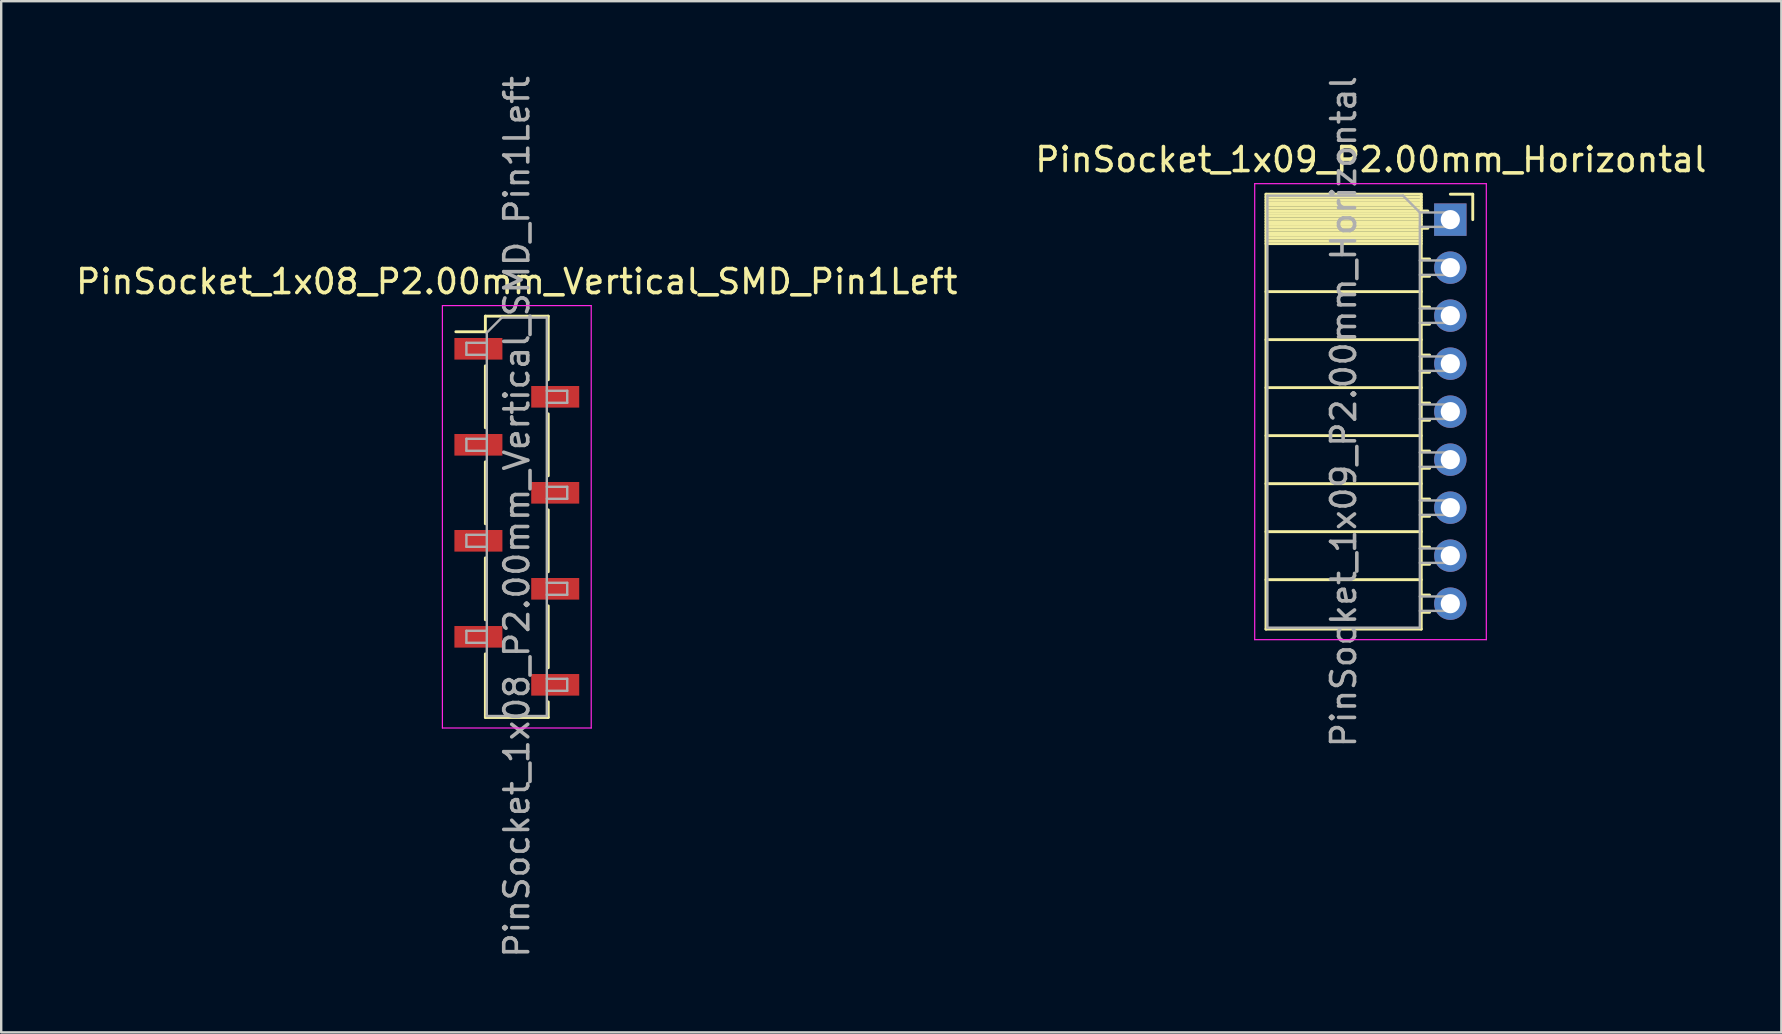
<source format=kicad_pcb>
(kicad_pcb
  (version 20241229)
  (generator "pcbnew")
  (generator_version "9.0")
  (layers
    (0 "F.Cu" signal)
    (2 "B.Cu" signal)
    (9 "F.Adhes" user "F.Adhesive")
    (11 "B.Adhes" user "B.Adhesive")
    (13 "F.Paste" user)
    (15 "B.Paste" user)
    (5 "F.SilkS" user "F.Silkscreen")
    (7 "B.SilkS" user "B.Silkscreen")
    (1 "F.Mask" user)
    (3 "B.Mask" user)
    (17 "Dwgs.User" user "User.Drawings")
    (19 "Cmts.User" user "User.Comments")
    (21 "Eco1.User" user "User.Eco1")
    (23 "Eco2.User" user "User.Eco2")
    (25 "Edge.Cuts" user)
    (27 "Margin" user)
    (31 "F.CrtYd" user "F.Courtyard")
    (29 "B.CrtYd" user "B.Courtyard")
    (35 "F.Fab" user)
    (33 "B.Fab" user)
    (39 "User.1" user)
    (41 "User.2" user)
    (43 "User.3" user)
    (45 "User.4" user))
  (footprint "PinSocket_1x09_P2.00mm_Horizontal"
    (layer "F.Cu")
    (at 57.375 6.101)
    (property "Reference" "PinSocket_1x09_P2.00mm_Horizontal" (at -3.31 -2.5 0) (layer "F.SilkS") (effects (font (size 1 1) (thickness 0.15))))
    (attr through_hole)
    (fp_line (start -7.68 -1.06) (end -7.68 17.06) (stroke (width 0.12) (type solid)) (layer "F.SilkS"))
    (fp_line (start -7.68 -1.06) (end -1.21 -1.06) (stroke (width 0.12) (type solid)) (layer "F.SilkS"))
    (fp_line (start -7.68 -0.94) (end -1.21 -0.94) (stroke (width 0.12) (type solid)) (layer "F.SilkS"))
    (fp_line (start -7.68 -0.826) (end -1.21 -0.826) (stroke (width 0.12) (type solid)) (layer "F.SilkS"))
    (fp_line (start -7.68 -0.712) (end -1.21 -0.712) (stroke (width 0.12) (type solid)) (layer "F.SilkS"))
    (fp_line (start -7.68 -0.598) (end -1.21 -0.598) (stroke (width 0.12) (type solid)) (layer "F.SilkS"))
    (fp_line (start -7.68 -0.484) (end -1.21 -0.484) (stroke (width 0.12) (type solid)) (layer "F.SilkS"))
    (fp_line (start -7.68 -0.369) (end -1.21 -0.369) (stroke (width 0.12) (type solid)) (layer "F.SilkS"))
    (fp_line (start -7.68 -0.255) (end -1.21 -0.255) (stroke (width 0.12) (type solid)) (layer "F.SilkS"))
    (fp_line (start -7.68 -0.141) (end -1.21 -0.141) (stroke (width 0.12) (type solid)) (layer "F.SilkS"))
    (fp_line (start -7.68 -0.027) (end -1.21 -0.027) (stroke (width 0.12) (type solid)) (layer "F.SilkS"))
    (fp_line (start -7.68 0.087) (end -1.21 0.087) (stroke (width 0.12) (type solid)) (layer "F.SilkS"))
    (fp_line (start -7.68 0.201) (end -1.21 0.201) (stroke (width 0.12) (type solid)) (layer "F.SilkS"))
    (fp_line (start -7.68 0.315) (end -1.21 0.315) (stroke (width 0.12) (type solid)) (layer "F.SilkS"))
    (fp_line (start -7.68 0.429) (end -1.21 0.429) (stroke (width 0.12) (type solid)) (layer "F.SilkS"))
    (fp_line (start -7.68 0.544) (end -1.21 0.544) (stroke (width 0.12) (type solid)) (layer "F.SilkS"))
    (fp_line (start -7.68 0.658) (end -1.21 0.658) (stroke (width 0.12) (type solid)) (layer "F.SilkS"))
    (fp_line (start -7.68 0.772) (end -1.21 0.772) (stroke (width 0.12) (type solid)) (layer "F.SilkS"))
    (fp_line (start -7.68 0.886) (end -1.21 0.886) (stroke (width 0.12) (type solid)) (layer "F.SilkS"))
    (fp_line (start -7.68 1) (end -1.21 1) (stroke (width 0.12) (type solid)) (layer "F.SilkS"))
    (fp_line (start -7.68 3) (end -1.21 3) (stroke (width 0.12) (type solid)) (layer "F.SilkS"))
    (fp_line (start -7.68 5) (end -1.21 5) (stroke (width 0.12) (type solid)) (layer "F.SilkS"))
    (fp_line (start -7.68 7) (end -1.21 7) (stroke (width 0.12) (type solid)) (layer "F.SilkS"))
    (fp_line (start -7.68 9) (end -1.21 9) (stroke (width 0.12) (type solid)) (layer "F.SilkS"))
    (fp_line (start -7.68 11) (end -1.21 11) (stroke (width 0.12) (type solid)) (layer "F.SilkS"))
    (fp_line (start -7.68 13) (end -1.21 13) (stroke (width 0.12) (type solid)) (layer "F.SilkS"))
    (fp_line (start -7.68 15) (end -1.21 15) (stroke (width 0.12) (type solid)) (layer "F.SilkS"))
    (fp_line (start -7.68 17.06) (end -1.21 17.06) (stroke (width 0.12) (type solid)) (layer "F.SilkS"))
    (fp_line (start -1.21 -1.06) (end -1.21 17.06) (stroke (width 0.12) (type solid)) (layer "F.SilkS"))
    (fp_line (start -1.21 -0.36) (end -0.935 -0.36) (stroke (width 0.12) (type solid)) (layer "F.SilkS"))
    (fp_line (start -1.21 0.36) (end -0.935 0.36) (stroke (width 0.12) (type solid)) (layer "F.SilkS"))
    (fp_line (start -1.21 1.64) (end -0.863 1.64) (stroke (width 0.12) (type solid)) (layer "F.SilkS"))
    (fp_line (start -1.21 2.36) (end -0.863 2.36) (stroke (width 0.12) (type solid)) (layer "F.SilkS"))
    (fp_line (start -1.21 3.64) (end -0.863 3.64) (stroke (width 0.12) (type solid)) (layer "F.SilkS"))
    (fp_line (start -1.21 4.36) (end -0.863 4.36) (stroke (width 0.12) (type solid)) (layer "F.SilkS"))
    (fp_line (start -1.21 5.64) (end -0.863 5.64) (stroke (width 0.12) (type solid)) (layer "F.SilkS"))
    (fp_line (start -1.21 6.36) (end -0.863 6.36) (stroke (width 0.12) (type solid)) (layer "F.SilkS"))
    (fp_line (start -1.21 7.64) (end -0.863 7.64) (stroke (width 0.12) (type solid)) (layer "F.SilkS"))
    (fp_line (start -1.21 8.36) (end -0.863 8.36) (stroke (width 0.12) (type solid)) (layer "F.SilkS"))
    (fp_line (start -1.21 9.64) (end -0.863 9.64) (stroke (width 0.12) (type solid)) (layer "F.SilkS"))
    (fp_line (start -1.21 10.36) (end -0.863 10.36) (stroke (width 0.12) (type solid)) (layer "F.SilkS"))
    (fp_line (start -1.21 11.64) (end -0.863 11.64) (stroke (width 0.12) (type solid)) (layer "F.SilkS"))
    (fp_line (start -1.21 12.36) (end -0.863 12.36) (stroke (width 0.12) (type solid)) (layer "F.SilkS"))
    (fp_line (start -1.21 13.64) (end -0.863 13.64) (stroke (width 0.12) (type solid)) (layer "F.SilkS"))
    (fp_line (start -1.21 14.36) (end -0.863 14.36) (stroke (width 0.12) (type solid)) (layer "F.SilkS"))
    (fp_line (start -1.21 15.64) (end -0.863 15.64) (stroke (width 0.12) (type solid)) (layer "F.SilkS"))
    (fp_line (start -1.21 16.36) (end -0.863 16.36) (stroke (width 0.12) (type solid)) (layer "F.SilkS"))
    (fp_line (start 0 -1.06) (end 0.935 -1.06) (stroke (width 0.12) (type solid)) (layer "F.SilkS"))
    (fp_line (start 0.935 -1.06) (end 0.935 0) (stroke (width 0.12) (type solid)) (layer "F.SilkS"))
    (fp_line (start -8.15 -1.5) (end -8.15 17.5) (stroke (width 0.05) (type solid)) (layer "F.CrtYd"))
    (fp_line (start -8.15 17.5) (end 1.5 17.5) (stroke (width 0.05) (type solid)) (layer "F.CrtYd"))
    (fp_line (start 1.5 -1.5) (end -8.15 -1.5) (stroke (width 0.05) (type solid)) (layer "F.CrtYd"))
    (fp_line (start 1.5 17.5) (end 1.5 -1.5) (stroke (width 0.05) (type solid)) (layer "F.CrtYd"))
    (fp_line (start -7.62 -1) (end -1.97 -1) (stroke (width 0.1) (type solid)) (layer "F.Fab"))
    (fp_line (start -7.62 17) (end -7.62 -1) (stroke (width 0.1) (type solid)) (layer "F.Fab"))
    (fp_line (start -1.97 -1) (end -1.27 -0.3) (stroke (width 0.1) (type solid)) (layer "F.Fab"))
    (fp_line (start -1.27 -0.3) (end -1.27 17) (stroke (width 0.1) (type solid)) (layer "F.Fab"))
    (fp_line (start -1.27 0.3) (end 0 0.3) (stroke (width 0.1) (type solid)) (layer "F.Fab"))
    (fp_line (start -1.27 2.3) (end 0 2.3) (stroke (width 0.1) (type solid)) (layer "F.Fab"))
    (fp_line (start -1.27 4.3) (end 0 4.3) (stroke (width 0.1) (type solid)) (layer "F.Fab"))
    (fp_line (start -1.27 6.3) (end 0 6.3) (stroke (width 0.1) (type solid)) (layer "F.Fab"))
    (fp_line (start -1.27 8.3) (end 0 8.3) (stroke (width 0.1) (type solid)) (layer "F.Fab"))
    (fp_line (start -1.27 10.3) (end 0 10.3) (stroke (width 0.1) (type solid)) (layer "F.Fab"))
    (fp_line (start -1.27 12.3) (end 0 12.3) (stroke (width 0.1) (type solid)) (layer "F.Fab"))
    (fp_line (start -1.27 14.3) (end 0 14.3) (stroke (width 0.1) (type solid)) (layer "F.Fab"))
    (fp_line (start -1.27 16.3) (end 0 16.3) (stroke (width 0.1) (type solid)) (layer "F.Fab"))
    (fp_line (start -1.27 17) (end -7.62 17) (stroke (width 0.1) (type solid)) (layer "F.Fab"))
    (fp_line (start 0 -0.3) (end -1.27 -0.3) (stroke (width 0.1) (type solid)) (layer "F.Fab"))
    (fp_line (start 0 0.3) (end 0 -0.3) (stroke (width 0.1) (type solid)) (layer "F.Fab"))
    (fp_line (start 0 1.7) (end -1.27 1.7) (stroke (width 0.1) (type solid)) (layer "F.Fab"))
    (fp_line (start 0 2.3) (end 0 1.7) (stroke (width 0.1) (type solid)) (layer "F.Fab"))
    (fp_line (start 0 3.7) (end -1.27 3.7) (stroke (width 0.1) (type solid)) (layer "F.Fab"))
    (fp_line (start 0 4.3) (end 0 3.7) (stroke (width 0.1) (type solid)) (layer "F.Fab"))
    (fp_line (start 0 5.7) (end -1.27 5.7) (stroke (width 0.1) (type solid)) (layer "F.Fab"))
    (fp_line (start 0 6.3) (end 0 5.7) (stroke (width 0.1) (type solid)) (layer "F.Fab"))
    (fp_line (start 0 7.7) (end -1.27 7.7) (stroke (width 0.1) (type solid)) (layer "F.Fab"))
    (fp_line (start 0 8.3) (end 0 7.7) (stroke (width 0.1) (type solid)) (layer "F.Fab"))
    (fp_line (start 0 9.7) (end -1.27 9.7) (stroke (width 0.1) (type solid)) (layer "F.Fab"))
    (fp_line (start 0 10.3) (end 0 9.7) (stroke (width 0.1) (type solid)) (layer "F.Fab"))
    (fp_line (start 0 11.7) (end -1.27 11.7) (stroke (width 0.1) (type solid)) (layer "F.Fab"))
    (fp_line (start 0 12.3) (end 0 11.7) (stroke (width 0.1) (type solid)) (layer "F.Fab"))
    (fp_line (start 0 13.7) (end -1.27 13.7) (stroke (width 0.1) (type solid)) (layer "F.Fab"))
    (fp_line (start 0 14.3) (end 0 13.7) (stroke (width 0.1) (type solid)) (layer "F.Fab"))
    (fp_line (start 0 15.7) (end -1.27 15.7) (stroke (width 0.1) (type solid)) (layer "F.Fab"))
    (fp_line (start 0 16.3) (end 0 15.7) (stroke (width 0.1) (type solid)) (layer "F.Fab"))
    (fp_text user "${REFERENCE}" (at -4.445 8 90) (layer "F.Fab") (effects (font (size 1 1) (thickness 0.15))))
    (pad "1" thru_hole rect (at 0 0) (size 1.35 1.35) (drill 0.8) (layers "*.Cu" "*.Mask"))
    (pad "2" thru_hole circle (at 0 2) (size 1.35 1.35) (drill 0.8) (layers "*.Cu" "*.Mask"))
    (pad "3" thru_hole circle (at 0 4) (size 1.35 1.35) (drill 0.8) (layers "*.Cu" "*.Mask"))
    (pad "4" thru_hole circle (at 0 6) (size 1.35 1.35) (drill 0.8) (layers "*.Cu" "*.Mask"))
    (pad "5" thru_hole circle (at 0 8) (size 1.35 1.35) (drill 0.8) (layers "*.Cu" "*.Mask"))
    (pad "6" thru_hole circle (at 0 10) (size 1.35 1.35) (drill 0.8) (layers "*.Cu" "*.Mask"))
    (pad "7" thru_hole circle (at 0 12) (size 1.35 1.35) (drill 0.8) (layers "*.Cu" "*.Mask"))
    (pad "8" thru_hole circle (at 0 14) (size 1.35 1.35) (drill 0.8) (layers "*.Cu" "*.Mask"))
    (pad "9" thru_hole circle (at 0 16) (size 1.35 1.35) (drill 0.8) (layers "*.Cu" "*.Mask")))
  (footprint "PinSocket_1x08_P2.00mm_Vertical_SMD_Pin1Left"
    (layer "F.Cu")
    (at 18.482 18.482)
    (property "Reference" "PinSocket_1x08_P2.00mm_Vertical_SMD_Pin1Left" (at 0 -9.8 0) (layer "F.SilkS") (effects (font (size 1 1) (thickness 0.15))))
    (attr smd)
    (fp_line (start -2.54 -7.71) (end -1.31 -7.71) (stroke (width 0.12) (type solid)) (layer "F.SilkS"))
    (fp_line (start -1.31 -8.36) (end -1.31 -7.71) (stroke (width 0.12) (type solid)) (layer "F.SilkS"))
    (fp_line (start -1.31 -8.36) (end 1.31 -8.36) (stroke (width 0.12) (type solid)) (layer "F.SilkS"))
    (fp_line (start -1.31 -6.29) (end -1.31 -3.71) (stroke (width 0.12) (type solid)) (layer "F.SilkS"))
    (fp_line (start -1.31 -2.29) (end -1.31 0.29) (stroke (width 0.12) (type solid)) (layer "F.SilkS"))
    (fp_line (start -1.31 1.71) (end -1.31 4.29) (stroke (width 0.12) (type solid)) (layer "F.SilkS"))
    (fp_line (start -1.31 5.71) (end -1.31 8.36) (stroke (width 0.12) (type solid)) (layer "F.SilkS"))
    (fp_line (start -1.31 8.36) (end 1.31 8.36) (stroke (width 0.12) (type solid)) (layer "F.SilkS"))
    (fp_line (start 1.31 -8.36) (end 1.31 -5.71) (stroke (width 0.12) (type solid)) (layer "F.SilkS"))
    (fp_line (start 1.31 -4.29) (end 1.31 -1.71) (stroke (width 0.12) (type solid)) (layer "F.SilkS"))
    (fp_line (start 1.31 -0.29) (end 1.31 2.29) (stroke (width 0.12) (type solid)) (layer "F.SilkS"))
    (fp_line (start 1.31 3.71) (end 1.31 6.29) (stroke (width 0.12) (type solid)) (layer "F.SilkS"))
    (fp_line (start 1.31 7.71) (end 1.31 8.36) (stroke (width 0.12) (type solid)) (layer "F.SilkS"))
    (fp_line (start -3.1 -8.8) (end 3.1 -8.8) (stroke (width 0.05) (type solid)) (layer "F.CrtYd"))
    (fp_line (start -3.1 8.8) (end -3.1 -8.8) (stroke (width 0.05) (type solid)) (layer "F.CrtYd"))
    (fp_line (start 3.1 -8.8) (end 3.1 8.8) (stroke (width 0.05) (type solid)) (layer "F.CrtYd"))
    (fp_line (start 3.1 8.8) (end -3.1 8.8) (stroke (width 0.05) (type solid)) (layer "F.CrtYd"))
    (fp_line (start -2.1 -7.25) (end -1.25 -7.25) (stroke (width 0.1) (type solid)) (layer "F.Fab"))
    (fp_line (start -2.1 -6.75) (end -2.1 -7.25) (stroke (width 0.1) (type solid)) (layer "F.Fab"))
    (fp_line (start -2.1 -3.25) (end -1.25 -3.25) (stroke (width 0.1) (type solid)) (layer "F.Fab"))
    (fp_line (start -2.1 -2.75) (end -2.1 -3.25) (stroke (width 0.1) (type solid)) (layer "F.Fab"))
    (fp_line (start -2.1 0.75) (end -1.25 0.75) (stroke (width 0.1) (type solid)) (layer "F.Fab"))
    (fp_line (start -2.1 1.25) (end -2.1 0.75) (stroke (width 0.1) (type solid)) (layer "F.Fab"))
    (fp_line (start -2.1 4.75) (end -1.25 4.75) (stroke (width 0.1) (type solid)) (layer "F.Fab"))
    (fp_line (start -2.1 5.25) (end -2.1 4.75) (stroke (width 0.1) (type solid)) (layer "F.Fab"))
    (fp_line (start -1.25 -7.675) (end -0.625 -8.3) (stroke (width 0.1) (type solid)) (layer "F.Fab"))
    (fp_line (start -1.25 -6.75) (end -2.1 -6.75) (stroke (width 0.1) (type solid)) (layer "F.Fab"))
    (fp_line (start -1.25 -2.75) (end -2.1 -2.75) (stroke (width 0.1) (type solid)) (layer "F.Fab"))
    (fp_line (start -1.25 1.25) (end -2.1 1.25) (stroke (width 0.1) (type solid)) (layer "F.Fab"))
    (fp_line (start -1.25 5.25) (end -2.1 5.25) (stroke (width 0.1) (type solid)) (layer "F.Fab"))
    (fp_line (start -1.25 8.3) (end -1.25 -7.675) (stroke (width 0.1) (type solid)) (layer "F.Fab"))
    (fp_line (start -0.625 -8.3) (end 1.25 -8.3) (stroke (width 0.1) (type solid)) (layer "F.Fab"))
    (fp_line (start 1.25 -8.3) (end 1.25 8.3) (stroke (width 0.1) (type solid)) (layer "F.Fab"))
    (fp_line (start 1.25 -5.25) (end 2.1 -5.25) (stroke (width 0.1) (type solid)) (layer "F.Fab"))
    (fp_line (start 1.25 -1.25) (end 2.1 -1.25) (stroke (width 0.1) (type solid)) (layer "F.Fab"))
    (fp_line (start 1.25 2.75) (end 2.1 2.75) (stroke (width 0.1) (type solid)) (layer "F.Fab"))
    (fp_line (start 1.25 6.75) (end 2.1 6.75) (stroke (width 0.1) (type solid)) (layer "F.Fab"))
    (fp_line (start 1.25 8.3) (end -1.25 8.3) (stroke (width 0.1) (type solid)) (layer "F.Fab"))
    (fp_line (start 2.1 -5.25) (end 2.1 -4.75) (stroke (width 0.1) (type solid)) (layer "F.Fab"))
    (fp_line (start 2.1 -4.75) (end 1.25 -4.75) (stroke (width 0.1) (type solid)) (layer "F.Fab"))
    (fp_line (start 2.1 -1.25) (end 2.1 -0.75) (stroke (width 0.1) (type solid)) (layer "F.Fab"))
    (fp_line (start 2.1 -0.75) (end 1.25 -0.75) (stroke (width 0.1) (type solid)) (layer "F.Fab"))
    (fp_line (start 2.1 2.75) (end 2.1 3.25) (stroke (width 0.1) (type solid)) (layer "F.Fab"))
    (fp_line (start 2.1 3.25) (end 1.25 3.25) (stroke (width 0.1) (type solid)) (layer "F.Fab"))
    (fp_line (start 2.1 6.75) (end 2.1 7.25) (stroke (width 0.1) (type solid)) (layer "F.Fab"))
    (fp_line (start 2.1 7.25) (end 1.25 7.25) (stroke (width 0.1) (type solid)) (layer "F.Fab"))
    (fp_text user "${REFERENCE}" (at 0 0 90) (layer "F.Fab") (effects (font (size 1 1) (thickness 0.15))))
    (pad "1" smd rect (at -1.6 -7) (size 2 0.9) (layers "F.Cu" "F.Mask" "F.Paste"))
    (pad "2" smd rect (at 1.6 -5) (size 2 0.9) (layers "F.Cu" "F.Mask" "F.Paste"))
    (pad "3" smd rect (at -1.6 -3) (size 2 0.9) (layers "F.Cu" "F.Mask" "F.Paste"))
    (pad "4" smd rect (at 1.6 -1) (size 2 0.9) (layers "F.Cu" "F.Mask" "F.Paste"))
    (pad "5" smd rect (at -1.6 1) (size 2 0.9) (layers "F.Cu" "F.Mask" "F.Paste"))
    (pad "6" smd rect (at 1.6 3) (size 2 0.9) (layers "F.Cu" "F.Mask" "F.Paste"))
    (pad "7" smd rect (at -1.6 5) (size 2 0.9) (layers "F.Cu" "F.Mask" "F.Paste"))
    (pad "8" smd rect (at 1.6 7) (size 2 0.9) (layers "F.Cu" "F.Mask" "F.Paste")))
  (gr_rect
    (start -3 -3)
    (end 71.167 39.964)
    (stroke (width 0.1) (type default))
    (fill no)
    (layer "Edge.Cuts")))
</source>
